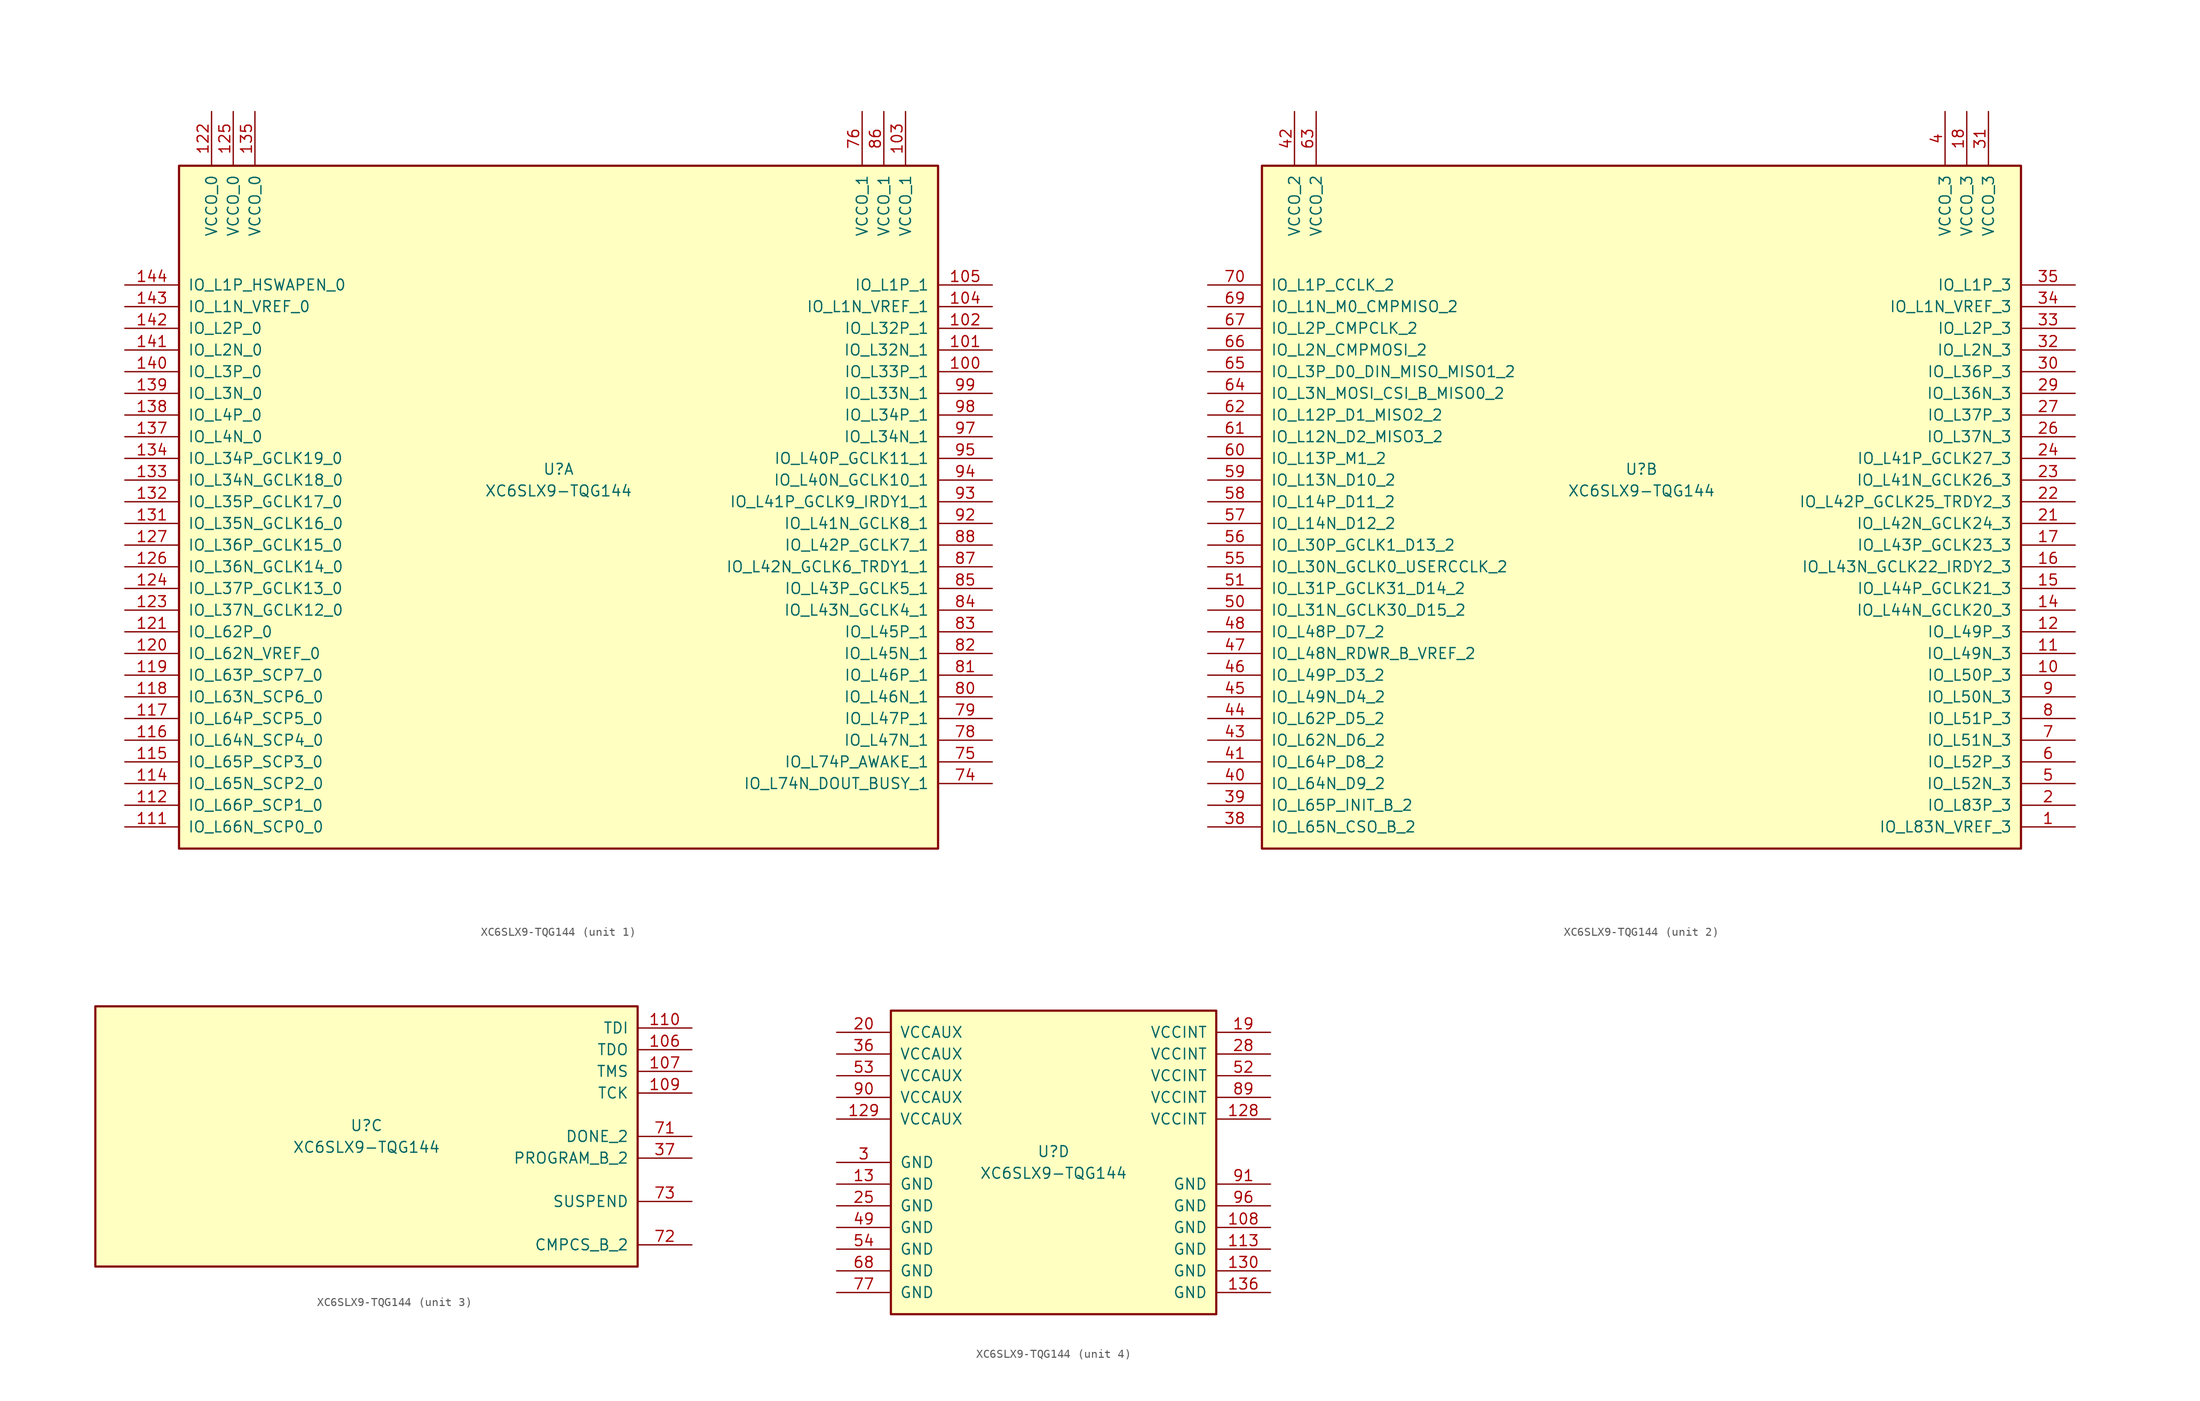
<source format=kicad_sym>
(kicad_symbol_lib
  (version 20201005)
  (generator kicad_symbol_editor)
  (symbol "FPGA_Xilinx_Spartan6:XC6SLX9-TQG144"
    (pin_names
      (offset 1.016))
    (property "Reference" "U"
      (at 0 1.27 0)
      (effects (font (size 1.27 1.27))))
    (property "Value" "XC6SLX9-TQG144"
      (at 0 -1.27 0)
      (effects (font (size 1.27 1.27))))
    (property "Datasheet" ""
      (at 0 0 0)
      (effects (font (size 1.27 1.27))))
    (property "ki_locked" ""
      (at 0 0 0)
      (effects (font (size 1.27 1.27))))
    (symbol "XC6SLX9-TQG144_1_1"
      (rectangle (start -44.45 36.83) (end 44.45 -43.18) (stroke (width 0.254)) (fill (type background)))
      (pin power_in line (at -40.64 43.18 270) (length 6.35) (name "VCCO_0" (effects (font (size 1.27 1.27)))) (number "122" (effects (font (size 1.27 1.27)))))
      (pin power_in line (at -38.1 43.18 270) (length 6.35) (name "VCCO_0" (effects (font (size 1.27 1.27)))) (number "125" (effects (font (size 1.27 1.27)))))
      (pin power_in line (at -35.56 43.18 270) (length 6.35) (name "VCCO_0" (effects (font (size 1.27 1.27)))) (number "135" (effects (font (size 1.27 1.27)))))
      (pin bidirectional line (at -50.8 22.86 0) (length 6.35) (name "IO_L1P_HSWAPEN_0" (effects (font (size 1.27 1.27)))) (number "144" (effects (font (size 1.27 1.27)))))
      (pin bidirectional line (at -50.8 20.32 0) (length 6.35) (name "IO_L1N_VREF_0" (effects (font (size 1.27 1.27)))) (number "143" (effects (font (size 1.27 1.27)))))
      (pin bidirectional line (at -50.8 17.78 0) (length 6.35) (name "IO_L2P_0" (effects (font (size 1.27 1.27)))) (number "142" (effects (font (size 1.27 1.27)))))
      (pin bidirectional line (at -50.8 15.24 0) (length 6.35) (name "IO_L2N_0" (effects (font (size 1.27 1.27)))) (number "141" (effects (font (size 1.27 1.27)))))
      (pin bidirectional line (at -50.8 12.7 0) (length 6.35) (name "IO_L3P_0" (effects (font (size 1.27 1.27)))) (number "140" (effects (font (size 1.27 1.27)))))
      (pin bidirectional line (at -50.8 10.16 0) (length 6.35) (name "IO_L3N_0" (effects (font (size 1.27 1.27)))) (number "139" (effects (font (size 1.27 1.27)))))
      (pin bidirectional line (at -50.8 7.62 0) (length 6.35) (name "IO_L4P_0" (effects (font (size 1.27 1.27)))) (number "138" (effects (font (size 1.27 1.27)))))
      (pin bidirectional line (at -50.8 5.08 0) (length 6.35) (name "IO_L4N_0" (effects (font (size 1.27 1.27)))) (number "137" (effects (font (size 1.27 1.27)))))
      (pin bidirectional line (at -50.8 2.54 0) (length 6.35) (name "IO_L34P_GCLK19_0" (effects (font (size 1.27 1.27)))) (number "134" (effects (font (size 1.27 1.27)))))
      (pin bidirectional line (at -50.8 0 0) (length 6.35) (name "IO_L34N_GCLK18_0" (effects (font (size 1.27 1.27)))) (number "133" (effects (font (size 1.27 1.27)))))
      (pin bidirectional line (at -50.8 -2.54 0) (length 6.35) (name "IO_L35P_GCLK17_0" (effects (font (size 1.27 1.27)))) (number "132" (effects (font (size 1.27 1.27)))))
      (pin bidirectional line (at -50.8 -5.08 0) (length 6.35) (name "IO_L35N_GCLK16_0" (effects (font (size 1.27 1.27)))) (number "131" (effects (font (size 1.27 1.27)))))
      (pin bidirectional line (at -50.8 -7.62 0) (length 6.35) (name "IO_L36P_GCLK15_0" (effects (font (size 1.27 1.27)))) (number "127" (effects (font (size 1.27 1.27)))))
      (pin bidirectional line (at -50.8 -10.16 0) (length 6.35) (name "IO_L36N_GCLK14_0" (effects (font (size 1.27 1.27)))) (number "126" (effects (font (size 1.27 1.27)))))
      (pin bidirectional line (at -50.8 -12.7 0) (length 6.35) (name "IO_L37P_GCLK13_0" (effects (font (size 1.27 1.27)))) (number "124" (effects (font (size 1.27 1.27)))))
      (pin bidirectional line (at -50.8 -15.24 0) (length 6.35) (name "IO_L37N_GCLK12_0" (effects (font (size 1.27 1.27)))) (number "123" (effects (font (size 1.27 1.27)))))
      (pin bidirectional line (at -50.8 -17.78 0) (length 6.35) (name "IO_L62P_0" (effects (font (size 1.27 1.27)))) (number "121" (effects (font (size 1.27 1.27)))))
      (pin bidirectional line (at -50.8 -20.32 0) (length 6.35) (name "IO_L62N_VREF_0" (effects (font (size 1.27 1.27)))) (number "120" (effects (font (size 1.27 1.27)))))
      (pin bidirectional line (at -50.8 -22.86 0) (length 6.35) (name "IO_L63P_SCP7_0" (effects (font (size 1.27 1.27)))) (number "119" (effects (font (size 1.27 1.27)))))
      (pin bidirectional line (at -50.8 -25.4 0) (length 6.35) (name "IO_L63N_SCP6_0" (effects (font (size 1.27 1.27)))) (number "118" (effects (font (size 1.27 1.27)))))
      (pin bidirectional line (at -50.8 -27.94 0) (length 6.35) (name "IO_L64P_SCP5_0" (effects (font (size 1.27 1.27)))) (number "117" (effects (font (size 1.27 1.27)))))
      (pin bidirectional line (at -50.8 -30.48 0) (length 6.35) (name "IO_L64N_SCP4_0" (effects (font (size 1.27 1.27)))) (number "116" (effects (font (size 1.27 1.27)))))
      (pin bidirectional line (at -50.8 -33.02 0) (length 6.35) (name "IO_L65P_SCP3_0" (effects (font (size 1.27 1.27)))) (number "115" (effects (font (size 1.27 1.27)))))
      (pin bidirectional line (at -50.8 -35.56 0) (length 6.35) (name "IO_L65N_SCP2_0" (effects (font (size 1.27 1.27)))) (number "114" (effects (font (size 1.27 1.27)))))
      (pin bidirectional line (at -50.8 -38.1 0) (length 6.35) (name "IO_L66P_SCP1_0" (effects (font (size 1.27 1.27)))) (number "112" (effects (font (size 1.27 1.27)))))
      (pin bidirectional line (at -50.8 -40.64 0) (length 6.35) (name "IO_L66N_SCP0_0" (effects (font (size 1.27 1.27)))) (number "111" (effects (font (size 1.27 1.27)))))
      (pin power_in line (at 35.56 43.18 270) (length 6.35) (name "VCCO_1" (effects (font (size 1.27 1.27)))) (number "76" (effects (font (size 1.27 1.27)))))
      (pin power_in line (at 38.1 43.18 270) (length 6.35) (name "VCCO_1" (effects (font (size 1.27 1.27)))) (number "86" (effects (font (size 1.27 1.27)))))
      (pin power_in line (at 40.64 43.18 270) (length 6.35) (name "VCCO_1" (effects (font (size 1.27 1.27)))) (number "103" (effects (font (size 1.27 1.27)))))
      (pin bidirectional line (at 50.8 22.86 180) (length 6.35) (name "IO_L1P_1" (effects (font (size 1.27 1.27)))) (number "105" (effects (font (size 1.27 1.27)))))
      (pin bidirectional line (at 50.8 20.32 180) (length 6.35) (name "IO_L1N_VREF_1" (effects (font (size 1.27 1.27)))) (number "104" (effects (font (size 1.27 1.27)))))
      (pin bidirectional line (at 50.8 17.78 180) (length 6.35) (name "IO_L32P_1" (effects (font (size 1.27 1.27)))) (number "102" (effects (font (size 1.27 1.27)))))
      (pin bidirectional line (at 50.8 15.24 180) (length 6.35) (name "IO_L32N_1" (effects (font (size 1.27 1.27)))) (number "101" (effects (font (size 1.27 1.27)))))
      (pin bidirectional line (at 50.8 12.7 180) (length 6.35) (name "IO_L33P_1" (effects (font (size 1.27 1.27)))) (number "100" (effects (font (size 1.27 1.27)))))
      (pin bidirectional line (at 50.8 10.16 180) (length 6.35) (name "IO_L33N_1" (effects (font (size 1.27 1.27)))) (number "99" (effects (font (size 1.27 1.27)))))
      (pin bidirectional line (at 50.8 7.62 180) (length 6.35) (name "IO_L34P_1" (effects (font (size 1.27 1.27)))) (number "98" (effects (font (size 1.27 1.27)))))
      (pin bidirectional line (at 50.8 5.08 180) (length 6.35) (name "IO_L34N_1" (effects (font (size 1.27 1.27)))) (number "97" (effects (font (size 1.27 1.27)))))
      (pin bidirectional line (at 50.8 2.54 180) (length 6.35) (name "IO_L40P_GCLK11_1" (effects (font (size 1.27 1.27)))) (number "95" (effects (font (size 1.27 1.27)))))
      (pin bidirectional line (at 50.8 0 180) (length 6.35) (name "IO_L40N_GCLK10_1" (effects (font (size 1.27 1.27)))) (number "94" (effects (font (size 1.27 1.27)))))
      (pin bidirectional line (at 50.8 -2.54 180) (length 6.35) (name "IO_L41P_GCLK9_IRDY1_1" (effects (font (size 1.27 1.27)))) (number "93" (effects (font (size 1.27 1.27)))))
      (pin bidirectional line (at 50.8 -5.08 180) (length 6.35) (name "IO_L41N_GCLK8_1" (effects (font (size 1.27 1.27)))) (number "92" (effects (font (size 1.27 1.27)))))
      (pin bidirectional line (at 50.8 -7.62 180) (length 6.35) (name "IO_L42P_GCLK7_1" (effects (font (size 1.27 1.27)))) (number "88" (effects (font (size 1.27 1.27)))))
      (pin bidirectional line (at 50.8 -10.16 180) (length 6.35) (name "IO_L42N_GCLK6_TRDY1_1" (effects (font (size 1.27 1.27)))) (number "87" (effects (font (size 1.27 1.27)))))
      (pin bidirectional line (at 50.8 -12.7 180) (length 6.35) (name "IO_L43P_GCLK5_1" (effects (font (size 1.27 1.27)))) (number "85" (effects (font (size 1.27 1.27)))))
      (pin bidirectional line (at 50.8 -15.24 180) (length 6.35) (name "IO_L43N_GCLK4_1" (effects (font (size 1.27 1.27)))) (number "84" (effects (font (size 1.27 1.27)))))
      (pin bidirectional line (at 50.8 -17.78 180) (length 6.35) (name "IO_L45P_1" (effects (font (size 1.27 1.27)))) (number "83" (effects (font (size 1.27 1.27)))))
      (pin bidirectional line (at 50.8 -20.32 180) (length 6.35) (name "IO_L45N_1" (effects (font (size 1.27 1.27)))) (number "82" (effects (font (size 1.27 1.27)))))
      (pin bidirectional line (at 50.8 -22.86 180) (length 6.35) (name "IO_L46P_1" (effects (font (size 1.27 1.27)))) (number "81" (effects (font (size 1.27 1.27)))))
      (pin bidirectional line (at 50.8 -25.4 180) (length 6.35) (name "IO_L46N_1" (effects (font (size 1.27 1.27)))) (number "80" (effects (font (size 1.27 1.27)))))
      (pin bidirectional line (at 50.8 -27.94 180) (length 6.35) (name "IO_L47P_1" (effects (font (size 1.27 1.27)))) (number "79" (effects (font (size 1.27 1.27)))))
      (pin bidirectional line (at 50.8 -30.48 180) (length 6.35) (name "IO_L47N_1" (effects (font (size 1.27 1.27)))) (number "78" (effects (font (size 1.27 1.27)))))
      (pin bidirectional line (at 50.8 -33.02 180) (length 6.35) (name "IO_L74P_AWAKE_1" (effects (font (size 1.27 1.27)))) (number "75" (effects (font (size 1.27 1.27)))))
      (pin bidirectional line (at 50.8 -35.56 180) (length 6.35) (name "IO_L74N_DOUT_BUSY_1" (effects (font (size 1.27 1.27)))) (number "74" (effects (font (size 1.27 1.27))))))
    (symbol "XC6SLX9-TQG144_2_1"
      (rectangle (start -44.45 36.83) (end 44.45 -43.18) (stroke (width 0.254)) (fill (type background)))
      (pin power_in line (at -40.64 43.18 270) (length 6.35) (name "VCCO_2" (effects (font (size 1.27 1.27)))) (number "42" (effects (font (size 1.27 1.27)))))
      (pin power_in line (at -38.1 43.18 270) (length 6.35) (name "VCCO_2" (effects (font (size 1.27 1.27)))) (number "63" (effects (font (size 1.27 1.27)))))
      (pin bidirectional line (at -50.8 22.86 0) (length 6.35) (name "IO_L1P_CCLK_2" (effects (font (size 1.27 1.27)))) (number "70" (effects (font (size 1.27 1.27)))))
      (pin bidirectional line (at -50.8 20.32 0) (length 6.35) (name "IO_L1N_M0_CMPMISO_2" (effects (font (size 1.27 1.27)))) (number "69" (effects (font (size 1.27 1.27)))))
      (pin bidirectional line (at -50.8 17.78 0) (length 6.35) (name "IO_L2P_CMPCLK_2" (effects (font (size 1.27 1.27)))) (number "67" (effects (font (size 1.27 1.27)))))
      (pin bidirectional line (at -50.8 15.24 0) (length 6.35) (name "IO_L2N_CMPMOSI_2" (effects (font (size 1.27 1.27)))) (number "66" (effects (font (size 1.27 1.27)))))
      (pin bidirectional line (at -50.8 12.7 0) (length 6.35) (name "IO_L3P_D0_DIN_MISO_MISO1_2" (effects (font (size 1.27 1.27)))) (number "65" (effects (font (size 1.27 1.27)))))
      (pin bidirectional line (at -50.8 10.16 0) (length 6.35) (name "IO_L3N_MOSI_CSI_B_MISO0_2" (effects (font (size 1.27 1.27)))) (number "64" (effects (font (size 1.27 1.27)))))
      (pin bidirectional line (at -50.8 7.62 0) (length 6.35) (name "IO_L12P_D1_MISO2_2" (effects (font (size 1.27 1.27)))) (number "62" (effects (font (size 1.27 1.27)))))
      (pin bidirectional line (at -50.8 5.08 0) (length 6.35) (name "IO_L12N_D2_MISO3_2" (effects (font (size 1.27 1.27)))) (number "61" (effects (font (size 1.27 1.27)))))
      (pin bidirectional line (at -50.8 2.54 0) (length 6.35) (name "IO_L13P_M1_2" (effects (font (size 1.27 1.27)))) (number "60" (effects (font (size 1.27 1.27)))))
      (pin bidirectional line (at -50.8 0 0) (length 6.35) (name "IO_L13N_D10_2" (effects (font (size 1.27 1.27)))) (number "59" (effects (font (size 1.27 1.27)))))
      (pin bidirectional line (at -50.8 -2.54 0) (length 6.35) (name "IO_L14P_D11_2" (effects (font (size 1.27 1.27)))) (number "58" (effects (font (size 1.27 1.27)))))
      (pin bidirectional line (at -50.8 -5.08 0) (length 6.35) (name "IO_L14N_D12_2" (effects (font (size 1.27 1.27)))) (number "57" (effects (font (size 1.27 1.27)))))
      (pin bidirectional line (at -50.8 -7.62 0) (length 6.35) (name "IO_L30P_GCLK1_D13_2" (effects (font (size 1.27 1.27)))) (number "56" (effects (font (size 1.27 1.27)))))
      (pin bidirectional line (at -50.8 -10.16 0) (length 6.35) (name "IO_L30N_GCLK0_USERCCLK_2" (effects (font (size 1.27 1.27)))) (number "55" (effects (font (size 1.27 1.27)))))
      (pin bidirectional line (at -50.8 -12.7 0) (length 6.35) (name "IO_L31P_GCLK31_D14_2" (effects (font (size 1.27 1.27)))) (number "51" (effects (font (size 1.27 1.27)))))
      (pin bidirectional line (at -50.8 -15.24 0) (length 6.35) (name "IO_L31N_GCLK30_D15_2" (effects (font (size 1.27 1.27)))) (number "50" (effects (font (size 1.27 1.27)))))
      (pin bidirectional line (at -50.8 -17.78 0) (length 6.35) (name "IO_L48P_D7_2" (effects (font (size 1.27 1.27)))) (number "48" (effects (font (size 1.27 1.27)))))
      (pin bidirectional line (at -50.8 -20.32 0) (length 6.35) (name "IO_L48N_RDWR_B_VREF_2" (effects (font (size 1.27 1.27)))) (number "47" (effects (font (size 1.27 1.27)))))
      (pin bidirectional line (at -50.8 -22.86 0) (length 6.35) (name "IO_L49P_D3_2" (effects (font (size 1.27 1.27)))) (number "46" (effects (font (size 1.27 1.27)))))
      (pin bidirectional line (at -50.8 -25.4 0) (length 6.35) (name "IO_L49N_D4_2" (effects (font (size 1.27 1.27)))) (number "45" (effects (font (size 1.27 1.27)))))
      (pin bidirectional line (at -50.8 -27.94 0) (length 6.35) (name "IO_L62P_D5_2" (effects (font (size 1.27 1.27)))) (number "44" (effects (font (size 1.27 1.27)))))
      (pin bidirectional line (at -50.8 -30.48 0) (length 6.35) (name "IO_L62N_D6_2" (effects (font (size 1.27 1.27)))) (number "43" (effects (font (size 1.27 1.27)))))
      (pin bidirectional line (at -50.8 -33.02 0) (length 6.35) (name "IO_L64P_D8_2" (effects (font (size 1.27 1.27)))) (number "41" (effects (font (size 1.27 1.27)))))
      (pin bidirectional line (at -50.8 -35.56 0) (length 6.35) (name "IO_L64N_D9_2" (effects (font (size 1.27 1.27)))) (number "40" (effects (font (size 1.27 1.27)))))
      (pin bidirectional line (at -50.8 -38.1 0) (length 6.35) (name "IO_L65P_INIT_B_2" (effects (font (size 1.27 1.27)))) (number "39" (effects (font (size 1.27 1.27)))))
      (pin bidirectional line (at -50.8 -40.64 0) (length 6.35) (name "IO_L65N_CSO_B_2" (effects (font (size 1.27 1.27)))) (number "38" (effects (font (size 1.27 1.27)))))
      (pin power_in line (at 35.56 43.18 270) (length 6.35) (name "VCCO_3" (effects (font (size 1.27 1.27)))) (number "4" (effects (font (size 1.27 1.27)))))
      (pin power_in line (at 38.1 43.18 270) (length 6.35) (name "VCCO_3" (effects (font (size 1.27 1.27)))) (number "18" (effects (font (size 1.27 1.27)))))
      (pin power_in line (at 40.64 43.18 270) (length 6.35) (name "VCCO_3" (effects (font (size 1.27 1.27)))) (number "31" (effects (font (size 1.27 1.27)))))
      (pin bidirectional line (at 50.8 22.86 180) (length 6.35) (name "IO_L1P_3" (effects (font (size 1.27 1.27)))) (number "35" (effects (font (size 1.27 1.27)))))
      (pin bidirectional line (at 50.8 20.32 180) (length 6.35) (name "IO_L1N_VREF_3" (effects (font (size 1.27 1.27)))) (number "34" (effects (font (size 1.27 1.27)))))
      (pin bidirectional line (at 50.8 17.78 180) (length 6.35) (name "IO_L2P_3" (effects (font (size 1.27 1.27)))) (number "33" (effects (font (size 1.27 1.27)))))
      (pin bidirectional line (at 50.8 15.24 180) (length 6.35) (name "IO_L2N_3" (effects (font (size 1.27 1.27)))) (number "32" (effects (font (size 1.27 1.27)))))
      (pin bidirectional line (at 50.8 12.7 180) (length 6.35) (name "IO_L36P_3" (effects (font (size 1.27 1.27)))) (number "30" (effects (font (size 1.27 1.27)))))
      (pin bidirectional line (at 50.8 10.16 180) (length 6.35) (name "IO_L36N_3" (effects (font (size 1.27 1.27)))) (number "29" (effects (font (size 1.27 1.27)))))
      (pin bidirectional line (at 50.8 7.62 180) (length 6.35) (name "IO_L37P_3" (effects (font (size 1.27 1.27)))) (number "27" (effects (font (size 1.27 1.27)))))
      (pin bidirectional line (at 50.8 5.08 180) (length 6.35) (name "IO_L37N_3" (effects (font (size 1.27 1.27)))) (number "26" (effects (font (size 1.27 1.27)))))
      (pin bidirectional line (at 50.8 2.54 180) (length 6.35) (name "IO_L41P_GCLK27_3" (effects (font (size 1.27 1.27)))) (number "24" (effects (font (size 1.27 1.27)))))
      (pin bidirectional line (at 50.8 0 180) (length 6.35) (name "IO_L41N_GCLK26_3" (effects (font (size 1.27 1.27)))) (number "23" (effects (font (size 1.27 1.27)))))
      (pin bidirectional line (at 50.8 -2.54 180) (length 6.35) (name "IO_L42P_GCLK25_TRDY2_3" (effects (font (size 1.27 1.27)))) (number "22" (effects (font (size 1.27 1.27)))))
      (pin bidirectional line (at 50.8 -5.08 180) (length 6.35) (name "IO_L42N_GCLK24_3" (effects (font (size 1.27 1.27)))) (number "21" (effects (font (size 1.27 1.27)))))
      (pin bidirectional line (at 50.8 -7.62 180) (length 6.35) (name "IO_L43P_GCLK23_3" (effects (font (size 1.27 1.27)))) (number "17" (effects (font (size 1.27 1.27)))))
      (pin bidirectional line (at 50.8 -10.16 180) (length 6.35) (name "IO_L43N_GCLK22_IRDY2_3" (effects (font (size 1.27 1.27)))) (number "16" (effects (font (size 1.27 1.27)))))
      (pin bidirectional line (at 50.8 -12.7 180) (length 6.35) (name "IO_L44P_GCLK21_3" (effects (font (size 1.27 1.27)))) (number "15" (effects (font (size 1.27 1.27)))))
      (pin bidirectional line (at 50.8 -15.24 180) (length 6.35) (name "IO_L44N_GCLK20_3" (effects (font (size 1.27 1.27)))) (number "14" (effects (font (size 1.27 1.27)))))
      (pin bidirectional line (at 50.8 -17.78 180) (length 6.35) (name "IO_L49P_3" (effects (font (size 1.27 1.27)))) (number "12" (effects (font (size 1.27 1.27)))))
      (pin bidirectional line (at 50.8 -20.32 180) (length 6.35) (name "IO_L49N_3" (effects (font (size 1.27 1.27)))) (number "11" (effects (font (size 1.27 1.27)))))
      (pin bidirectional line (at 50.8 -22.86 180) (length 6.35) (name "IO_L50P_3" (effects (font (size 1.27 1.27)))) (number "10" (effects (font (size 1.27 1.27)))))
      (pin bidirectional line (at 50.8 -25.4 180) (length 6.35) (name "IO_L50N_3" (effects (font (size 1.27 1.27)))) (number "9" (effects (font (size 1.27 1.27)))))
      (pin bidirectional line (at 50.8 -27.94 180) (length 6.35) (name "IO_L51P_3" (effects (font (size 1.27 1.27)))) (number "8" (effects (font (size 1.27 1.27)))))
      (pin bidirectional line (at 50.8 -30.48 180) (length 6.35) (name "IO_L51N_3" (effects (font (size 1.27 1.27)))) (number "7" (effects (font (size 1.27 1.27)))))
      (pin bidirectional line (at 50.8 -33.02 180) (length 6.35) (name "IO_L52P_3" (effects (font (size 1.27 1.27)))) (number "6" (effects (font (size 1.27 1.27)))))
      (pin bidirectional line (at 50.8 -35.56 180) (length 6.35) (name "IO_L52N_3" (effects (font (size 1.27 1.27)))) (number "5" (effects (font (size 1.27 1.27)))))
      (pin bidirectional line (at 50.8 -38.1 180) (length 6.35) (name "IO_L83P_3" (effects (font (size 1.27 1.27)))) (number "2" (effects (font (size 1.27 1.27)))))
      (pin bidirectional line (at 50.8 -40.64 180) (length 6.35) (name "IO_L83N_VREF_3" (effects (font (size 1.27 1.27)))) (number "1" (effects (font (size 1.27 1.27))))))
    (symbol "XC6SLX9-TQG144_3_1"
      (rectangle (start -31.75 15.24) (end 31.75 -15.24) (stroke (width 0.254)) (fill (type background)))
      (pin bidirectional line (at 38.1 12.7 180) (length 6.35) (name "TDI" (effects (font (size 1.27 1.27)))) (number "110" (effects (font (size 1.27 1.27)))))
      (pin bidirectional line (at 38.1 10.16 180) (length 6.35) (name "TDO" (effects (font (size 1.27 1.27)))) (number "106" (effects (font (size 1.27 1.27)))))
      (pin bidirectional line (at 38.1 7.62 180) (length 6.35) (name "TMS" (effects (font (size 1.27 1.27)))) (number "107" (effects (font (size 1.27 1.27)))))
      (pin bidirectional line (at 38.1 5.08 180) (length 6.35) (name "TCK" (effects (font (size 1.27 1.27)))) (number "109" (effects (font (size 1.27 1.27)))))
      (pin bidirectional line (at 38.1 0 180) (length 6.35) (name "DONE_2" (effects (font (size 1.27 1.27)))) (number "71" (effects (font (size 1.27 1.27)))))
      (pin bidirectional line (at 38.1 -2.54 180) (length 6.35) (name "PROGRAM_B_2" (effects (font (size 1.27 1.27)))) (number "37" (effects (font (size 1.27 1.27)))))
      (pin bidirectional line (at 38.1 -7.62 180) (length 6.35) (name "SUSPEND" (effects (font (size 1.27 1.27)))) (number "73" (effects (font (size 1.27 1.27)))))
      (pin bidirectional line (at 38.1 -12.7 180) (length 6.35) (name "CMPCS_B_2" (effects (font (size 1.27 1.27)))) (number "72" (effects (font (size 1.27 1.27))))))
    (symbol "XC6SLX9-TQG144_4_1"
      (rectangle (start -19.05 17.78) (end 19.05 -17.78) (stroke (width 0.254)) (fill (type background)))
      (pin power_in line (at -25.4 15.24 0) (length 6.35) (name "VCCAUX" (effects (font (size 1.27 1.27)))) (number "20" (effects (font (size 1.27 1.27)))))
      (pin power_in line (at -25.4 12.7 0) (length 6.35) (name "VCCAUX" (effects (font (size 1.27 1.27)))) (number "36" (effects (font (size 1.27 1.27)))))
      (pin power_in line (at -25.4 10.16 0) (length 6.35) (name "VCCAUX" (effects (font (size 1.27 1.27)))) (number "53" (effects (font (size 1.27 1.27)))))
      (pin power_in line (at -25.4 7.62 0) (length 6.35) (name "VCCAUX" (effects (font (size 1.27 1.27)))) (number "90" (effects (font (size 1.27 1.27)))))
      (pin power_in line (at -25.4 5.08 0) (length 6.35) (name "VCCAUX" (effects (font (size 1.27 1.27)))) (number "129" (effects (font (size 1.27 1.27)))))
      (pin power_in line (at -25.4 0 0) (length 6.35) (name "GND" (effects (font (size 1.27 1.27)))) (number "3" (effects (font (size 1.27 1.27)))))
      (pin power_in line (at -25.4 -2.54 0) (length 6.35) (name "GND" (effects (font (size 1.27 1.27)))) (number "13" (effects (font (size 1.27 1.27)))))
      (pin power_in line (at -25.4 -5.08 0) (length 6.35) (name "GND" (effects (font (size 1.27 1.27)))) (number "25" (effects (font (size 1.27 1.27)))))
      (pin power_in line (at -25.4 -7.62 0) (length 6.35) (name "GND" (effects (font (size 1.27 1.27)))) (number "49" (effects (font (size 1.27 1.27)))))
      (pin power_in line (at -25.4 -10.16 0) (length 6.35) (name "GND" (effects (font (size 1.27 1.27)))) (number "54" (effects (font (size 1.27 1.27)))))
      (pin power_in line (at -25.4 -12.7 0) (length 6.35) (name "GND" (effects (font (size 1.27 1.27)))) (number "68" (effects (font (size 1.27 1.27)))))
      (pin power_in line (at -25.4 -15.24 0) (length 6.35) (name "GND" (effects (font (size 1.27 1.27)))) (number "77" (effects (font (size 1.27 1.27)))))
      (pin power_in line (at 25.4 15.24 180) (length 6.35) (name "VCCINT" (effects (font (size 1.27 1.27)))) (number "19" (effects (font (size 1.27 1.27)))))
      (pin power_in line (at 25.4 12.7 180) (length 6.35) (name "VCCINT" (effects (font (size 1.27 1.27)))) (number "28" (effects (font (size 1.27 1.27)))))
      (pin power_in line (at 25.4 10.16 180) (length 6.35) (name "VCCINT" (effects (font (size 1.27 1.27)))) (number "52" (effects (font (size 1.27 1.27)))))
      (pin power_in line (at 25.4 7.62 180) (length 6.35) (name "VCCINT" (effects (font (size 1.27 1.27)))) (number "89" (effects (font (size 1.27 1.27)))))
      (pin power_in line (at 25.4 5.08 180) (length 6.35) (name "VCCINT" (effects (font (size 1.27 1.27)))) (number "128" (effects (font (size 1.27 1.27)))))
      (pin power_in line (at 25.4 -2.54 180) (length 6.35) (name "GND" (effects (font (size 1.27 1.27)))) (number "91" (effects (font (size 1.27 1.27)))))
      (pin power_in line (at 25.4 -5.08 180) (length 6.35) (name "GND" (effects (font (size 1.27 1.27)))) (number "96" (effects (font (size 1.27 1.27)))))
      (pin power_in line (at 25.4 -7.62 180) (length 6.35) (name "GND" (effects (font (size 1.27 1.27)))) (number "108" (effects (font (size 1.27 1.27)))))
      (pin power_in line (at 25.4 -10.16 180) (length 6.35) (name "GND" (effects (font (size 1.27 1.27)))) (number "113" (effects (font (size 1.27 1.27)))))
      (pin power_in line (at 25.4 -12.7 180) (length 6.35) (name "GND" (effects (font (size 1.27 1.27)))) (number "130" (effects (font (size 1.27 1.27)))))
      (pin power_in line (at 25.4 -15.24 180) (length 6.35) (name "GND" (effects (font (size 1.27 1.27)))) (number "136" (effects (font (size 1.27 1.27))))))))
</source>
